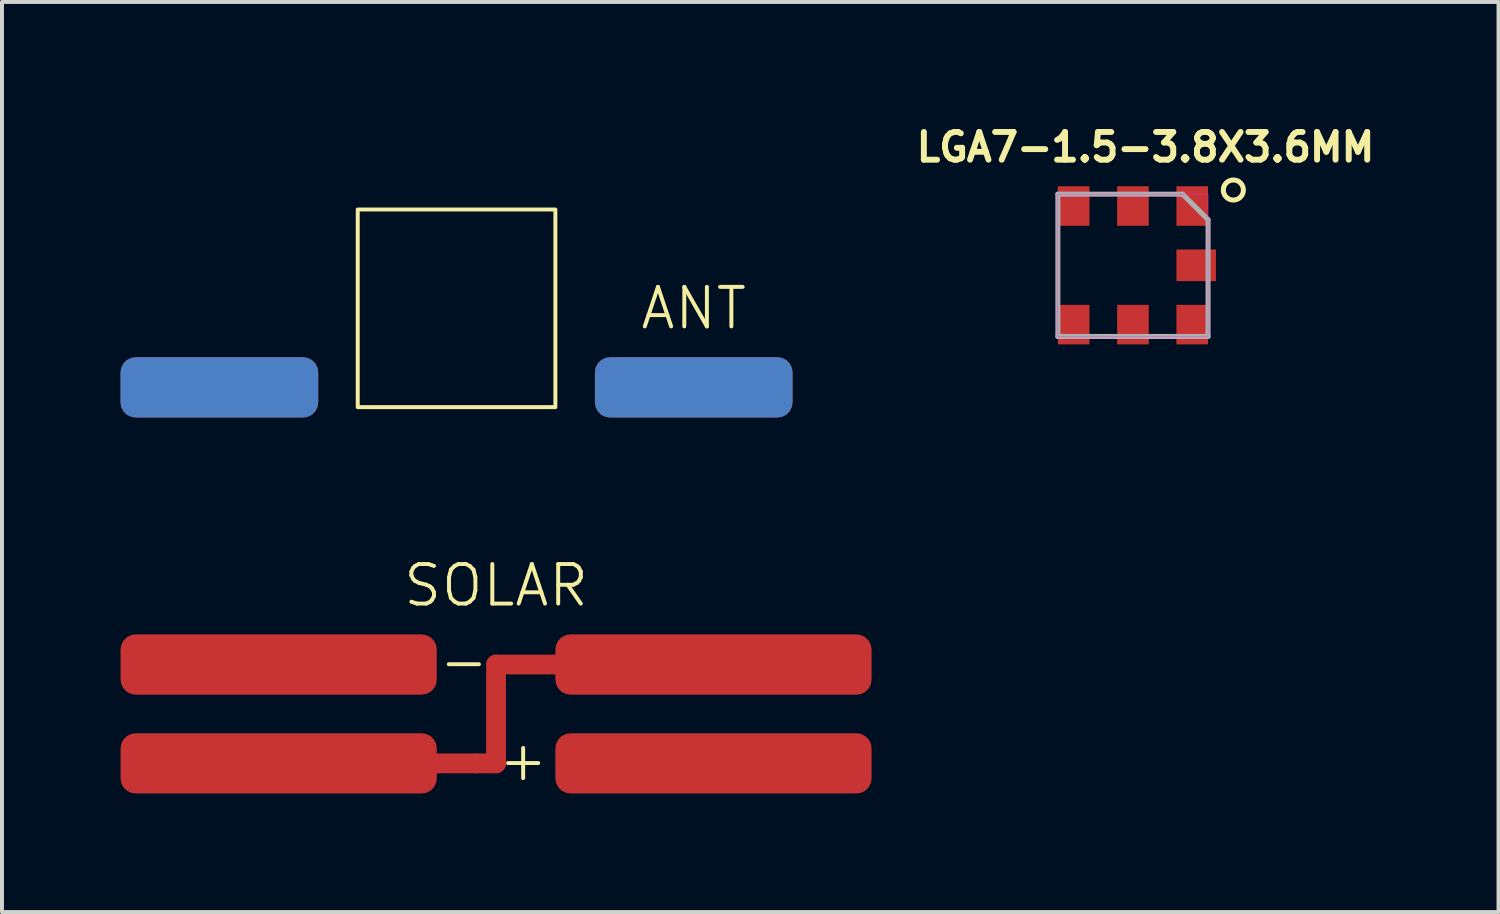
<source format=kicad_pcb>
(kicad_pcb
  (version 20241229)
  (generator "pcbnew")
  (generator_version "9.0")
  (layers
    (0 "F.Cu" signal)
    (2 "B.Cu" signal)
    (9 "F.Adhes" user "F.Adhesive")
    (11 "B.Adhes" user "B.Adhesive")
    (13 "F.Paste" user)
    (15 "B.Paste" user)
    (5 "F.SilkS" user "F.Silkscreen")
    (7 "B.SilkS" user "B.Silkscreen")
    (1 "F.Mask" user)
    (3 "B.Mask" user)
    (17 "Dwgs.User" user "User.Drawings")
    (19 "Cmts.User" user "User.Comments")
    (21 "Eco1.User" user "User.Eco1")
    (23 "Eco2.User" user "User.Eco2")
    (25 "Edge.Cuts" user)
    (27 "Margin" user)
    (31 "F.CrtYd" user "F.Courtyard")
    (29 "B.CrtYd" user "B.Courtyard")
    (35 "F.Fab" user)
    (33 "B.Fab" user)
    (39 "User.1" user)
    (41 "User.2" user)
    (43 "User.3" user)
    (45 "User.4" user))
  (footprint "LGA7-1.5-3.8X3.6MM"
    (layer "F.Cu")
    (at 25.612 3.662)
    (property "Reference" "LGA7-1.5-3.8X3.6MM" (at 0.318 -2.989 0) (layer "F.SilkS") (effects (font (size 0.701 0.701) (thickness 0.15))))
    (attr smd)
    (fp_circle (center 2.54 -1.905) (end 2.794 -1.905) (stroke (width 0.127) (type solid)) (fill no) (layer "F.SilkS"))
    (fp_poly (pts (xy -1.902 -1.8) (xy 1.9 -1.8) (xy 1.9 1.802) (xy -1.902 1.802)) (stroke (width 0.01) (type solid)) (fill no) (layer "F.CrtYd"))
    (fp_line (start -1.9 -1.8) (end 1.255 -1.8) (stroke (width 0.127) (type solid)) (layer "F.Fab"))
    (fp_line (start -1.9 1.8) (end -1.9 -1.8) (stroke (width 0.127) (type solid)) (layer "F.Fab"))
    (fp_line (start 1.255 -1.8) (end 1.9 -1.155) (stroke (width 0.127) (type solid)) (layer "F.Fab"))
    (fp_line (start 1.9 -1.155) (end 1.9 1.8) (stroke (width 0.127) (type solid)) (layer "F.Fab"))
    (fp_line (start 1.9 1.8) (end -1.9 1.8) (stroke (width 0.127) (type solid)) (layer "F.Fab"))
    (pad "1" smd rect (at 1.5 -1.5 90) (size 1 0.8) (layers "F.Cu" "F.Mask" "F.Paste"))
    (pad "2" smd rect (at 0 -1.5 90) (size 1 0.8) (layers "F.Cu" "F.Mask" "F.Paste"))
    (pad "3" smd rect (at -1.5 -1.5 90) (size 1 0.8) (layers "F.Cu" "F.Mask" "F.Paste"))
    (pad "4" smd rect (at -1.5 1.5 90) (size 1 0.8) (layers "F.Cu" "F.Mask" "F.Paste"))
    (pad "5" smd rect (at 0 1.5 90) (size 1 0.8) (layers "F.Cu" "F.Mask" "F.Paste"))
    (pad "6" smd rect (at 1.5 1.5 90) (size 1 0.8) (layers "F.Cu" "F.Mask" "F.Paste"))
    (pad "7" smd rect (at 1.6 0) (size 1 0.8) (layers "F.Cu" "F.Mask" "F.Paste")))
  (footprint "SOLAR"
    (layer "F.Cu")
    (at 10 10.762)
    (property "Reference" "SOLAR" (at -0.5 1 0) (unlocked yes) (layer "F.SilkS") (effects (font (size 1 1) (thickness 0.1))))
    (attr smd)
    (fp_line (start -7 5.5) (end -1 5.5) (stroke (width 0.5) (type default)) (layer "F.Cu"))
    (fp_line (start -1 5.5) (end -0.5 5.5) (stroke (width 0.5) (type default)) (layer "F.Cu"))
    (fp_line (start -0.5 3) (end 6 3) (stroke (width 0.5) (type default)) (layer "F.Cu"))
    (fp_line (start -0.5 5.5) (end -0.5 3) (stroke (width 0.5) (type default)) (layer "F.Cu"))
    (fp_text user "+" (at -0.5 6 0) (unlocked yes) (layer "F.SilkS") (effects (font (size 1 1) (thickness 0.1)) (justify left bottom)))
    (fp_text user "-" (at -2 3.5 0) (unlocked yes) (layer "F.SilkS") (effects (font (size 1 1) (thickness 0.1)) (justify left bottom)))
    (pad "" smd roundrect (at -6 5.5) (size 8 1.524) (layers "F.Cu" "F.Mask" "F.Paste") (roundrect_rratio 0.25))
    (pad "" smd roundrect (at 5 3) (size 8 1.524) (layers "F.Cu" "F.Mask" "F.Paste") (roundrect_rratio 0.25))
    (pad "1" smd roundrect (at 5 5.5) (size 8 1.524) (layers "F.Cu" "F.Mask" "F.Paste") (roundrect_rratio 0.25))
    (pad "2" smd roundrect (at -6 3) (size 8 1.524) (layers "F.Cu" "F.Mask" "F.Paste") (roundrect_rratio 0.25)))
  (footprint "ANT"
    (layer "F.Cu")
    (at 9 0.25)
    (property "Reference" "ANT" (at 5.5 4.5 0) (unlocked yes) (layer "F.SilkS") (effects (font (size 1 1) (thickness 0.1))))
    (attr smd)
    (fp_rect (start -3 2) (end 2 7) (stroke (width 0.1) (type default)) (fill no) (layer "F.SilkS"))
    (pad "1" smd roundrect (at -6.5 6.5) (size 5 1.524) (layers "B.Cu" "B.Mask" "B.Paste") (roundrect_rratio 0.25))
    (pad "1" smd roundrect (at 5.5 6.5) (size 5 1.524) (layers "F.Cu" "F.Mask" "F.Paste") (roundrect_rratio 0.25))
    (pad "2" smd roundrect (at -6.5 6.5) (size 5 1.524) (layers "F.Cu" "F.Mask" "F.Paste") (roundrect_rratio 0.25))
    (pad "2" smd roundrect (at 5.5 6.5) (size 5 1.524) (layers "B.Cu" "B.Mask" "B.Paste") (roundrect_rratio 0.25)))
  (gr_rect
    (start -3 -3)
    (end 34.86 20.024)
    (stroke (width 0.1) (type default))
    (fill no)
    (layer "Edge.Cuts")))
</source>
